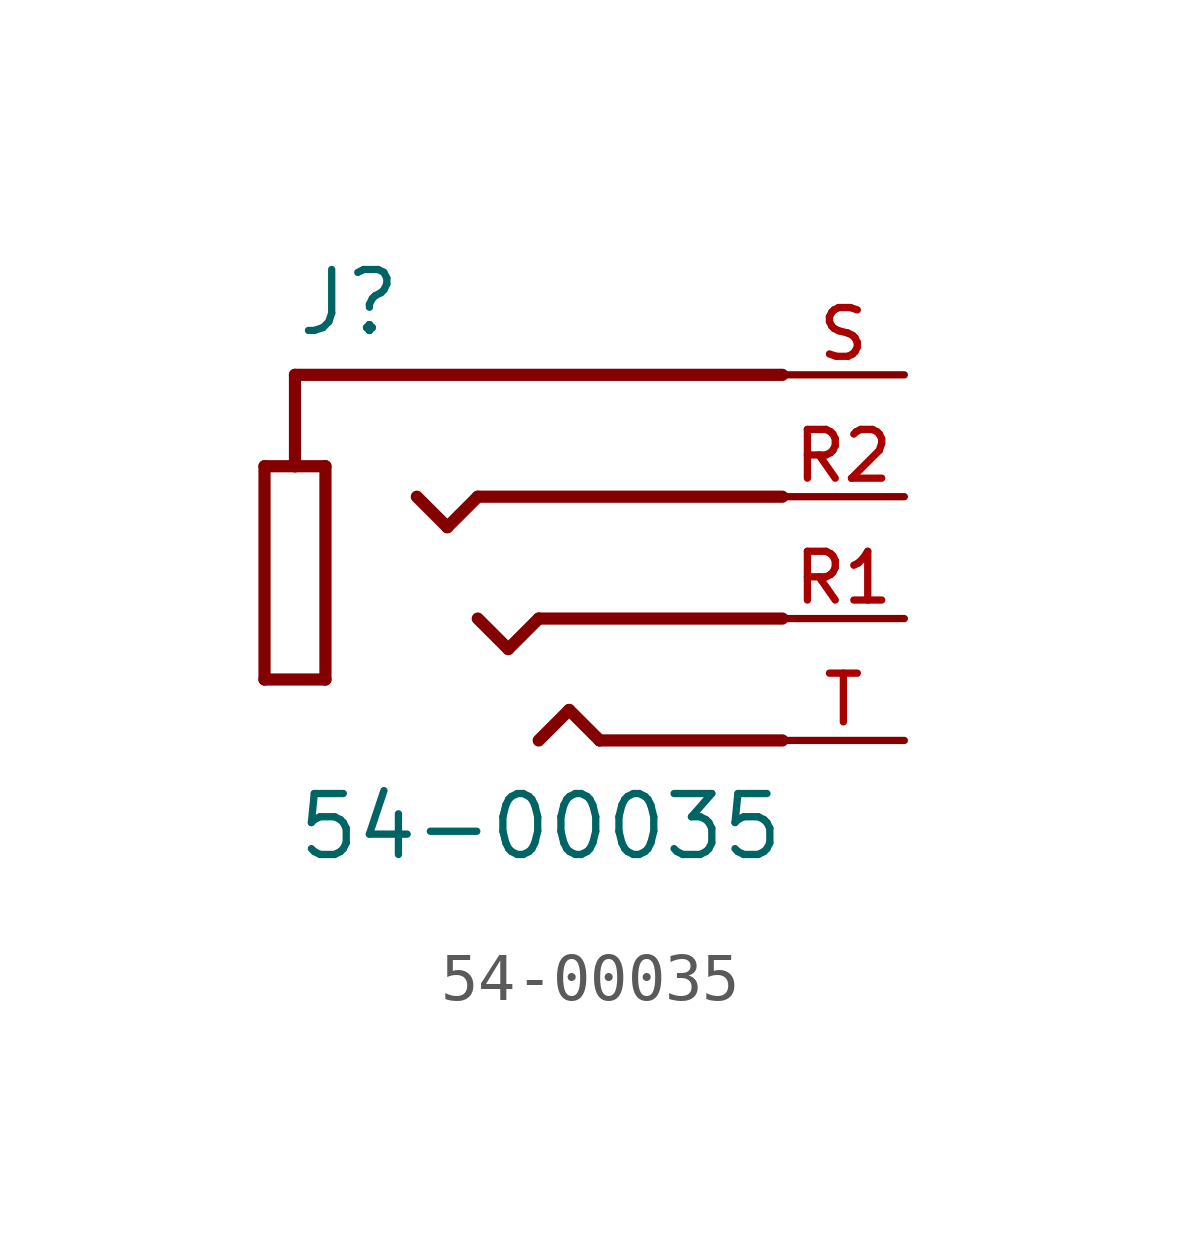
<source format=kicad_sym>
(kicad_symbol_lib
  (version 20211014)
  (generator kicad_symbol_editor)
  (symbol "54-00035"
    (pin_names
      (offset 1.016))
    (property "Reference" "J"
      (at -5.08 5.842 0)
      (effects (font (size 1.27 1.27)) (justify bottom left)))
    (property "Value" "54-00035"
      (at -5.08 -5.08 0)
      (effects (font (size 1.27 1.27)) (justify bottom left)))
    (symbol "54-00035_0_0"
      (polyline (pts (xy 5.08 5.08) (xy -5.08 5.08)) (stroke (width 0.254)))
      (polyline (pts (xy 5.08 2.54) (xy -1.27 2.54)) (stroke (width 0.254)))
      (polyline (pts (xy 5.08 -2.54) (xy 1.27 -2.54)) (stroke (width 0.254)))
      (polyline (pts (xy -5.08 5.08) (xy -5.08 3.175)) (stroke (width 0.254)))
      (polyline (pts (xy -5.08 3.175) (xy -4.445 3.175)) (stroke (width 0.254)))
      (polyline (pts (xy -4.445 3.175) (xy -4.445 -1.27)) (stroke (width 0.254)))
      (polyline (pts (xy -4.445 -1.27) (xy -5.715 -1.27)) (stroke (width 0.254)))
      (polyline (pts (xy -5.715 -1.27) (xy -5.715 3.175)) (stroke (width 0.254)))
      (polyline (pts (xy -5.715 3.175) (xy -5.08 3.175)) (stroke (width 0.254)))
      (polyline (pts (xy -1.27 2.54) (xy -1.905 1.905)) (stroke (width 0.254)))
      (polyline (pts (xy -1.905 1.905) (xy -2.54 2.54)) (stroke (width 0.254)))
      (polyline (pts (xy 1.27 -2.54) (xy 0.635 -1.905)) (stroke (width 0.254)))
      (polyline (pts (xy 0.635 -1.905) (xy 0.0 -2.54)) (stroke (width 0.254)))
      (polyline (pts (xy 5.08 0.0) (xy 0.0 0.0)) (stroke (width 0.254)))
      (polyline (pts (xy 0.0 0.0) (xy -0.635 -0.635)) (stroke (width 0.254)))
      (polyline (pts (xy -0.635 -0.635) (xy -1.27 0.0)) (stroke (width 0.254)))
      (pin passive line (at 7.62 5.08 180.0) (length 2.54) (name "~" (effects (font (size 1.016 1.016)))) (number "S" (effects (font (size 1.016 1.016)))))
      (pin passive line (at 7.62 2.54 180.0) (length 2.54) (name "~" (effects (font (size 1.016 1.016)))) (number "R2" (effects (font (size 1.016 1.016)))))
      (pin passive line (at 7.62 -2.54 180.0) (length 2.54) (name "~" (effects (font (size 1.016 1.016)))) (number "T" (effects (font (size 1.016 1.016)))))
      (pin passive line (at 7.62 0.0 180.0) (length 2.54) (name "~" (effects (font (size 1.016 1.016)))) (number "R1" (effects (font (size 1.016 1.016))))))))
</source>
